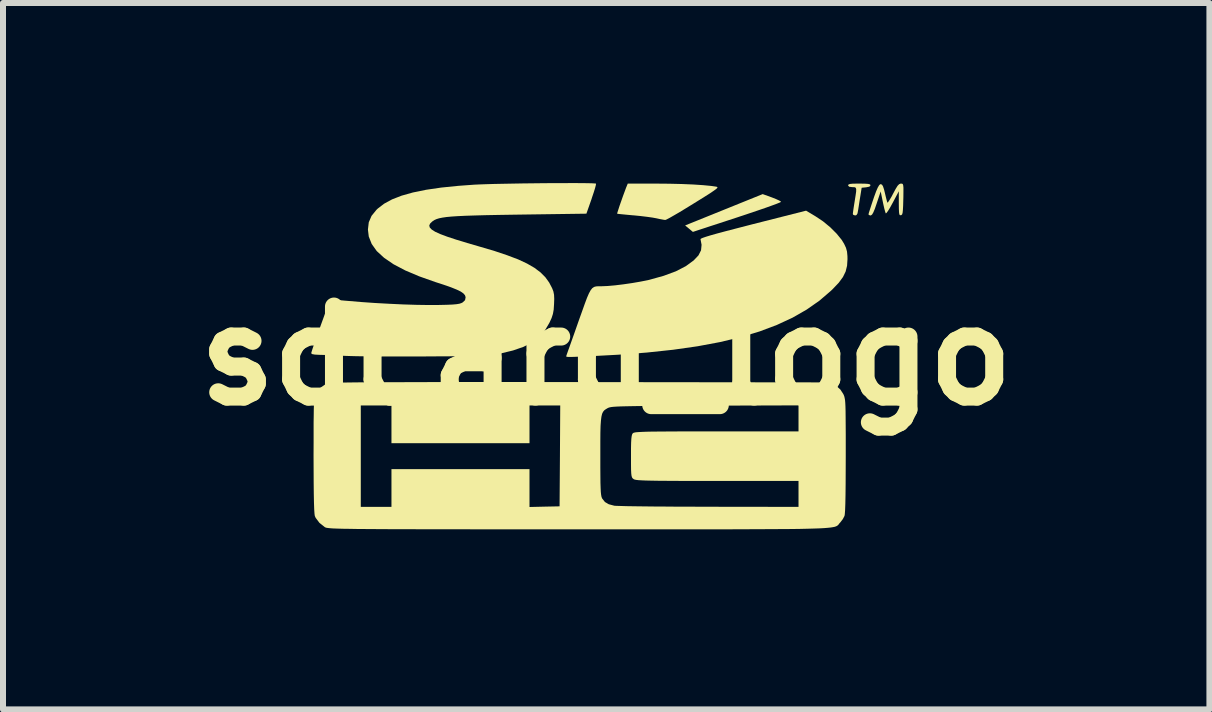
<source format=kicad_pcb>
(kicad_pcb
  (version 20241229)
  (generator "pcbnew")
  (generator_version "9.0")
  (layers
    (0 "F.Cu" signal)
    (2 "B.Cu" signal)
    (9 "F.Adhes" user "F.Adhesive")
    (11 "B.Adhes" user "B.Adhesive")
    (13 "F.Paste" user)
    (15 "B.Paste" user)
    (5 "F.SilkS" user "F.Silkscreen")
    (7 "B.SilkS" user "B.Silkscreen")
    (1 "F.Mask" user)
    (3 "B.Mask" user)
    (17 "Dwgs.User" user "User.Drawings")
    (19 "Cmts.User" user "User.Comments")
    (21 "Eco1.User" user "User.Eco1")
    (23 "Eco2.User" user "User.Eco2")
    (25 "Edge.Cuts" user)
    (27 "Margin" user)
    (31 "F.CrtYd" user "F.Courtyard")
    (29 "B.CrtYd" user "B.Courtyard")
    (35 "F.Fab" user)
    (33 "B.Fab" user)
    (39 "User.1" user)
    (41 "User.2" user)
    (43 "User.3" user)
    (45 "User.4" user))
  (footprint "sdcard_logo"
    (layer "F.Cu")
    (at 7.05 2.879)
    (property "Reference" "sdcard_logo" (at 0 0 0) (layer "F.SilkS") (effects (font (size 1.5 1.5) (thickness 0.3))))
    (attr board_only exclude_from_pos_files exclude_from_bom)
    (fp_poly (pts (xy 2.76 -2.64) (xy 2.83 -2.612) (xy 2.883 -2.588) (xy 2.911 -2.57) (xy 2.913 -2.566) (xy 2.895 -2.556) (xy 2.843 -2.535) (xy 2.762 -2.505) (xy 2.656 -2.467) (xy 2.528 -2.423) (xy 2.383 -2.374) (xy 2.224 -2.321) (xy 2.179 -2.306) (xy 2.017 -2.253) (xy 1.868 -2.204) (xy 1.735 -2.161) (xy 1.623 -2.124) (xy 1.534 -2.095) (xy 1.474 -2.075) (xy 1.446 -2.066) (xy 1.445 -2.065) (xy 1.431 -2.076) (xy 1.397 -2.105) (xy 1.38 -2.119) (xy 1.315 -2.173) (xy 1.961 -2.434) (xy 2.607 -2.695)) (stroke (width 0) (type solid)) (fill yes) (layer "F.SilkS"))
    (fp_poly (pts (xy 4.307 -2.869) (xy 4.363 -2.865) (xy 4.394 -2.857) (xy 4.404 -2.844) (xy 4.404 -2.842) (xy 4.385 -2.819) (xy 4.33 -2.808) (xy 4.33 -2.808) (xy 4.256 -2.801) (xy 4.234 -2.664) (xy 4.22 -2.577) (xy 4.207 -2.491) (xy 4.198 -2.433) (xy 4.187 -2.374) (xy 4.17 -2.346) (xy 4.147 -2.339) (xy 4.116 -2.35) (xy 4.109 -2.364) (xy 4.112 -2.393) (xy 4.12 -2.451) (xy 4.132 -2.528) (xy 4.138 -2.566) (xy 4.154 -2.667) (xy 4.164 -2.736) (xy 4.165 -2.778) (xy 4.157 -2.801) (xy 4.138 -2.81) (xy 4.109 -2.811) (xy 4.099 -2.811) (xy 4.048 -2.818) (xy 4.03 -2.838) (xy 4.03 -2.841) (xy 4.037 -2.855) (xy 4.061 -2.864) (xy 4.11 -2.869) (xy 4.19 -2.87) (xy 4.217 -2.87)) (stroke (width 0) (type solid)) (fill yes) (layer "F.SilkS"))
    (fp_poly (pts (xy 0.833 -2.87) (xy 1.054 -2.868) (xy 1.262 -2.863) (xy 1.452 -2.855) (xy 1.616 -2.844) (xy 1.751 -2.831) (xy 1.826 -2.82) (xy 1.845 -2.816) (xy 1.854 -2.809) (xy 1.85 -2.798) (xy 1.831 -2.779) (xy 1.792 -2.751) (xy 1.732 -2.71) (xy 1.645 -2.655) (xy 1.531 -2.584) (xy 1.452 -2.535) (xy 1.333 -2.462) (xy 1.225 -2.396) (xy 1.13 -2.341) (xy 1.055 -2.298) (xy 1.005 -2.272) (xy 0.983 -2.264) (xy 0.949 -2.269) (xy 0.89 -2.28) (xy 0.836 -2.292) (xy 0.77 -2.304) (xy 0.677 -2.317) (xy 0.569 -2.33) (xy 0.458 -2.341) (xy 0.452 -2.341) (xy 0.355 -2.35) (xy 0.273 -2.358) (xy 0.213 -2.364) (xy 0.184 -2.368) (xy 0.182 -2.369) (xy 0.186 -2.387) (xy 0.201 -2.434) (xy 0.223 -2.502) (xy 0.251 -2.581) (xy 0.28 -2.664) (xy 0.309 -2.742) (xy 0.333 -2.807) (xy 0.337 -2.816) (xy 0.359 -2.87)) (stroke (width 0) (type solid)) (fill yes) (layer "F.SilkS"))
    (fp_poly (pts (xy 4.929 -2.869) (xy 4.941 -2.862) (xy 4.948 -2.842) (xy 4.952 -2.803) (xy 4.952 -2.739) (xy 4.951 -2.643) (xy 4.95 -2.61) (xy 4.947 -2.503) (xy 4.943 -2.43) (xy 4.938 -2.383) (xy 4.93 -2.357) (xy 4.918 -2.346) (xy 4.91 -2.343) (xy 4.894 -2.344) (xy 4.884 -2.357) (xy 4.879 -2.39) (xy 4.876 -2.449) (xy 4.875 -2.54) (xy 4.875 -2.742) (xy 4.773 -2.55) (xy 4.732 -2.475) (xy 4.696 -2.416) (xy 4.67 -2.381) (xy 4.658 -2.373) (xy 4.649 -2.398) (xy 4.634 -2.452) (xy 4.617 -2.526) (xy 4.609 -2.564) (xy 4.573 -2.739) (xy 4.506 -2.539) (xy 4.475 -2.448) (xy 4.45 -2.389) (xy 4.43 -2.355) (xy 4.411 -2.341) (xy 4.401 -2.339) (xy 4.372 -2.349) (xy 4.373 -2.374) (xy 4.423 -2.529) (xy 4.464 -2.651) (xy 4.497 -2.741) (xy 4.524 -2.803) (xy 4.546 -2.841) (xy 4.564 -2.859) (xy 4.572 -2.86) (xy 4.594 -2.853) (xy 4.611 -2.826) (xy 4.629 -2.772) (xy 4.642 -2.719) (xy 4.659 -2.647) (xy 4.674 -2.588) (xy 4.683 -2.555) (xy 4.683 -2.553) (xy 4.695 -2.559) (xy 4.719 -2.594) (xy 4.753 -2.651) (xy 4.778 -2.699) (xy 4.822 -2.781) (xy 4.854 -2.833) (xy 4.88 -2.86) (xy 4.905 -2.87) (xy 4.911 -2.87)) (stroke (width 0) (type solid)) (fill yes) (layer "F.SilkS"))
    (fp_poly (pts (xy 3.487 -2.325) (xy 3.613 -2.241) (xy 3.733 -2.142) (xy 3.839 -2.036) (xy 3.923 -1.933) (xy 3.963 -1.868) (xy 3.995 -1.8) (xy 4.012 -1.737) (xy 4.019 -1.663) (xy 4.02 -1.612) (xy 4.013 -1.502) (xy 3.989 -1.405) (xy 3.944 -1.313) (xy 3.874 -1.218) (xy 3.775 -1.114) (xy 3.744 -1.084) (xy 3.553 -0.92) (xy 3.34 -0.771) (xy 3.104 -0.636) (xy 2.843 -0.515) (xy 2.556 -0.407) (xy 2.241 -0.312) (xy 1.898 -0.23) (xy 1.523 -0.16) (xy 1.116 -0.102) (xy 0.675 -0.055) (xy 0.198 -0.019) (xy -0.147 -0.000415) (xy -0.305 0.007) (xy -0.427 0.012) (xy -0.519 0.016) (xy -0.584 0.018) (xy -0.627 0.018) (xy -0.653 0.016) (xy -0.664 0.012) (xy -0.667 0.006) (xy -0.664 -0.002) (xy -0.663 -0.005) (xy -0.655 -0.029) (xy -0.635 -0.086) (xy -0.605 -0.169) (xy -0.567 -0.276) (xy -0.523 -0.4) (xy -0.475 -0.537) (xy -0.461 -0.577) (xy -0.403 -0.739) (xy -0.357 -0.868) (xy -0.32 -0.967) (xy -0.288 -1.041) (xy -0.259 -1.094) (xy -0.232 -1.128) (xy -0.203 -1.148) (xy -0.17 -1.157) (xy -0.13 -1.16) (xy -0.08 -1.16) (xy -0.072 -1.16) (xy 0.024 -1.164) (xy 0.148 -1.175) (xy 0.287 -1.192) (xy 0.432 -1.213) (xy 0.571 -1.237) (xy 0.693 -1.261) (xy 0.718 -1.267) (xy 0.958 -1.334) (xy 1.161 -1.409) (xy 1.327 -1.495) (xy 1.457 -1.59) (xy 1.537 -1.674) (xy 1.58 -1.759) (xy 1.589 -1.85) (xy 1.571 -1.944) (xy 1.579 -1.953) (xy 1.608 -1.966) (xy 1.66 -1.984) (xy 1.739 -2.008) (xy 1.845 -2.038) (xy 1.983 -2.075) (xy 2.152 -2.119) (xy 2.357 -2.172) (xy 2.446 -2.195) (xy 3.33 -2.419)) (stroke (width 0) (type solid)) (fill yes) (layer "F.SilkS"))
    (fp_poly (pts (xy -0.42 -2.878) (xy -0.312 -2.877) (xy -0.232 -2.875) (xy -0.183 -2.872) (xy -0.17 -2.87) (xy -0.172 -2.848) (xy -0.185 -2.797) (xy -0.208 -2.723) (xy -0.238 -2.634) (xy -0.244 -2.614) (xy -0.33 -2.369) (xy -1.271 -2.356) (xy -1.553 -2.352) (xy -1.799 -2.348) (xy -2.011 -2.344) (xy -2.192 -2.339) (xy -2.345 -2.334) (xy -2.472 -2.328) (xy -2.577 -2.321) (xy -2.662 -2.313) (xy -2.73 -2.303) (xy -2.784 -2.292) (xy -2.826 -2.279) (xy -2.86 -2.264) (xy -2.888 -2.246) (xy -2.899 -2.238) (xy -2.934 -2.204) (xy -2.948 -2.172) (xy -2.94 -2.139) (xy -2.908 -2.105) (xy -2.85 -2.068) (xy -2.764 -2.029) (xy -2.647 -1.985) (xy -2.498 -1.936) (xy -2.314 -1.88) (xy -2.108 -1.82) (xy -1.86 -1.747) (xy -1.649 -1.676) (xy -1.469 -1.608) (xy -1.319 -1.538) (xy -1.196 -1.467) (xy -1.095 -1.391) (xy -1.014 -1.31) (xy -0.95 -1.221) (xy -0.901 -1.127) (xy -0.88 -1.073) (xy -0.869 -1.017) (xy -0.866 -0.948) (xy -0.869 -0.864) (xy -0.875 -0.77) (xy -0.888 -0.698) (xy -0.91 -0.63) (xy -0.947 -0.55) (xy -0.95 -0.545) (xy -1.025 -0.418) (xy -1.12 -0.312) (xy -1.236 -0.223) (xy -1.379 -0.15) (xy -1.552 -0.09) (xy -1.759 -0.04) (xy -1.789 -0.034) (xy -1.838 -0.026) (xy -1.887 -0.018) (xy -1.94 -0.012) (xy -2.001 -0.007) (xy -2.074 -0.003) (xy -2.162 0.000458) (xy -2.27 0.003) (xy -2.4 0.005) (xy -2.557 0.007) (xy -2.746 0.008) (xy -2.968 0.009) (xy -3.037 0.01) (xy -3.247 0.01) (xy -3.453 0.01) (xy -3.651 0.01) (xy -3.836 0.009) (xy -4.002 0.007) (xy -4.146 0.006) (xy -4.261 0.003) (xy -4.342 0.000457) (xy -4.355 -0.000148) (xy -4.47 -0.006) (xy -4.586 -0.011) (xy -4.689 -0.015) (xy -4.767 -0.017) (xy -4.772 -0.017) (xy -4.853 -0.021) (xy -4.898 -0.029) (xy -4.915 -0.043) (xy -4.915 -0.045) (xy -4.908 -0.07) (xy -4.891 -0.124) (xy -4.864 -0.202) (xy -4.831 -0.298) (xy -4.793 -0.405) (xy -4.753 -0.517) (xy -4.713 -0.627) (xy -4.676 -0.73) (xy -4.643 -0.818) (xy -4.618 -0.885) (xy -4.601 -0.926) (xy -4.597 -0.934) (xy -4.575 -0.935) (xy -4.522 -0.933) (xy -4.443 -0.928) (xy -4.346 -0.919) (xy -4.295 -0.915) (xy -4.083 -0.897) (xy -3.854 -0.881) (xy -3.618 -0.868) (xy -3.383 -0.857) (xy -3.159 -0.85) (xy -2.955 -0.847) (xy -2.781 -0.848) (xy -2.781 -0.848) (xy -2.654 -0.851) (xy -2.56 -0.855) (xy -2.492 -0.861) (xy -2.445 -0.869) (xy -2.412 -0.88) (xy -2.391 -0.891) (xy -2.352 -0.928) (xy -2.343 -0.973) (xy -2.343 -0.979) (xy -2.353 -1.01) (xy -2.379 -1.04) (xy -2.423 -1.071) (xy -2.491 -1.104) (xy -2.585 -1.142) (xy -2.711 -1.186) (xy -2.841 -1.228) (xy -3.113 -1.324) (xy -3.347 -1.423) (xy -3.543 -1.526) (xy -3.701 -1.634) (xy -3.823 -1.746) (xy -3.907 -1.864) (xy -3.956 -1.988) (xy -3.97 -2.104) (xy -3.956 -2.225) (xy -3.91 -2.332) (xy -3.829 -2.432) (xy -3.805 -2.455) (xy -3.699 -2.536) (xy -3.568 -2.607) (xy -3.409 -2.669) (xy -3.221 -2.722) (xy -3.001 -2.767) (xy -2.748 -2.804) (xy -2.46 -2.833) (xy -2.201 -2.852) (xy -2.116 -2.856) (xy -2.004 -2.86) (xy -1.871 -2.864) (xy -1.72 -2.867) (xy -1.556 -2.87) (xy -1.384 -2.873) (xy -1.208 -2.875) (xy -1.032 -2.877) (xy -0.86 -2.878) (xy -0.698 -2.878) (xy -0.55 -2.879)) (stroke (width 0) (type solid)) (fill yes) (layer "F.SilkS"))
    (fp_poly (pts (xy -1.19 0.436) (xy -0.655 0.437) (xy -0.399 0.437) (xy 3.748 0.442) (xy 3.828 0.495) (xy 3.901 0.561) (xy 3.949 0.634) (xy 3.959 0.655) (xy 3.967 0.677) (xy 3.973 0.703) (xy 3.979 0.737) (xy 3.983 0.784) (xy 3.986 0.845) (xy 3.988 0.925) (xy 3.989 1.028) (xy 3.99 1.157) (xy 3.991 1.315) (xy 3.991 1.506) (xy 3.991 1.666) (xy 3.99 1.92) (xy 3.989 2.138) (xy 3.987 2.319) (xy 3.984 2.464) (xy 3.98 2.571) (xy 3.975 2.639) (xy 3.97 2.667) (xy 3.942 2.72) (xy 3.901 2.774) (xy 3.896 2.779) (xy 3.885 2.791) (xy 3.876 2.803) (xy 3.868 2.814) (xy 3.858 2.823) (xy 3.846 2.832) (xy 3.83 2.84) (xy 3.807 2.848) (xy 3.777 2.854) (xy 3.739 2.86) (xy 3.689 2.865) (xy 3.628 2.87) (xy 3.553 2.874) (xy 3.462 2.877) (xy 3.355 2.88) (xy 3.23 2.883) (xy 3.084 2.885) (xy 2.917 2.886) (xy 2.727 2.887) (xy 2.512 2.888) (xy 2.271 2.889) (xy 2.002 2.89) (xy 1.703 2.89) (xy 1.374 2.89) (xy 1.012 2.89) (xy 0.616 2.89) (xy 0.185 2.89) (xy -0.284 2.89) (xy -0.446 2.89) (xy -0.924 2.89) (xy -1.364 2.89) (xy -1.768 2.89) (xy -2.137 2.89) (xy -2.473 2.889) (xy -2.778 2.889) (xy -3.053 2.889) (xy -3.3 2.888) (xy -3.52 2.888) (xy -3.714 2.887) (xy -3.886 2.886) (xy -4.035 2.885) (xy -4.164 2.884) (xy -4.274 2.882) (xy -4.367 2.881) (xy -4.444 2.879) (xy -4.507 2.877) (xy -4.557 2.875) (xy -4.597 2.872) (xy -4.627 2.869) (xy -4.649 2.866) (xy -4.666 2.863) (xy -4.677 2.859) (xy -4.686 2.855) (xy -4.689 2.853) (xy -4.778 2.782) (xy -4.841 2.698) (xy -4.855 2.667) (xy -4.86 2.632) (xy -4.865 2.558) (xy -4.869 2.445) (xy -4.872 2.294) (xy -4.874 2.106) (xy -4.875 1.881) (xy -4.876 1.659) (xy -4.875 1.44) (xy -4.875 1.257) (xy -4.875 1.107) (xy -4.873 0.985) (xy -4.872 0.888) (xy -4.87 0.826) (xy -4.089 0.826) (xy -4.089 1.671) (xy -4.089 2.516) (xy -3.834 2.516) (xy -3.578 2.516) (xy -3.578 2.202) (xy -3.578 1.887) (xy -2.428 1.887) (xy -1.278 1.887) (xy -1.278 2.202) (xy -1.278 2.518) (xy -1.027 2.512) (xy -0.777 2.507) (xy -0.771 1.672) (xy -0.098 1.672) (xy -0.098 1.853) (xy -0.097 1.999) (xy -0.096 2.113) (xy -0.093 2.202) (xy -0.09 2.267) (xy -0.085 2.314) (xy -0.079 2.346) (xy -0.071 2.369) (xy -0.067 2.377) (xy -0.021 2.435) (xy 0.042 2.472) (xy 0.132 2.496) (xy 0.136 2.497) (xy 0.17 2.499) (xy 0.24 2.501) (xy 0.342 2.504) (xy 0.475 2.506) (xy 0.633 2.508) (xy 0.815 2.51) (xy 1.016 2.511) (xy 1.233 2.513) (xy 1.464 2.513) (xy 1.705 2.514) (xy 1.715 2.514) (xy 3.204 2.516) (xy 3.204 2.3) (xy 3.204 2.084) (xy 1.852 2.084) (xy 1.586 2.084) (xy 1.356 2.084) (xy 1.16 2.083) (xy 0.995 2.082) (xy 0.858 2.081) (xy 0.747 2.079) (xy 0.658 2.077) (xy 0.59 2.074) (xy 0.539 2.071) (xy 0.502 2.067) (xy 0.478 2.062) (xy 0.462 2.057) (xy 0.457 2.053) (xy 0.441 2.041) (xy 0.43 2.025) (xy 0.422 1.999) (xy 0.417 1.958) (xy 0.414 1.896) (xy 0.413 1.806) (xy 0.413 1.684) (xy 0.413 1.671) (xy 0.413 1.542) (xy 0.415 1.446) (xy 0.419 1.378) (xy 0.425 1.333) (xy 0.433 1.305) (xy 0.444 1.289) (xy 0.453 1.283) (xy 0.47 1.278) (xy 0.496 1.273) (xy 0.536 1.27) (xy 0.591 1.267) (xy 0.665 1.264) (xy 0.759 1.262) (xy 0.878 1.261) (xy 1.022 1.26) (xy 1.196 1.259) (xy 1.402 1.258) (xy 1.642 1.258) (xy 1.84 1.258) (xy 3.204 1.258) (xy 3.204 1.041) (xy 3.204 0.825) (xy 1.646 0.83) (xy 1.361 0.831) (xy 1.112 0.832) (xy 0.898 0.833) (xy 0.715 0.835) (xy 0.56 0.836) (xy 0.432 0.838) (xy 0.327 0.84) (xy 0.243 0.842) (xy 0.177 0.845) (xy 0.127 0.848) (xy 0.089 0.852) (xy 0.062 0.857) (xy 0.043 0.862) (xy 0.028 0.869) (xy 0.025 0.87) (xy -0.007 0.889) (xy -0.033 0.908) (xy -0.053 0.933) (xy -0.069 0.967) (xy -0.08 1.015) (xy -0.088 1.08) (xy -0.094 1.167) (xy -0.097 1.279) (xy -0.098 1.421) (xy -0.098 1.597) (xy -0.098 1.672) (xy -0.771 1.672) (xy -0.771 1.666) (xy -0.766 0.826) (xy -1.022 0.826) (xy -1.278 0.826) (xy -1.278 1.14) (xy -1.278 1.455) (xy -2.428 1.455) (xy -3.578 1.455) (xy -3.578 1.14) (xy -3.578 0.826) (xy -3.834 0.826) (xy -4.089 0.826) (xy -4.87 0.826) (xy -4.869 0.813) (xy -4.866 0.756) (xy -4.862 0.714) (xy -4.856 0.682) (xy -4.849 0.659) (xy -4.841 0.639) (xy -4.837 0.63) (xy -4.769 0.536) (xy -4.677 0.473) (xy -4.62 0.452) (xy -4.59 0.449) (xy -4.521 0.447) (xy -4.412 0.445) (xy -4.265 0.443) (xy -4.079 0.441) (xy -3.853 0.44) (xy -3.589 0.439) (xy -3.286 0.438) (xy -2.944 0.437) (xy -2.563 0.436) (xy -2.144 0.436) (xy -1.686 0.436)) (stroke (width 0) (type solid)) (fill yes) (layer "F.SilkS")))
  (gr_rect
    (start -3 -3)
    (end 17.1 8.769)
    (stroke (width 0.1) (type default))
    (fill no)
    (layer "Edge.Cuts")))
</source>
